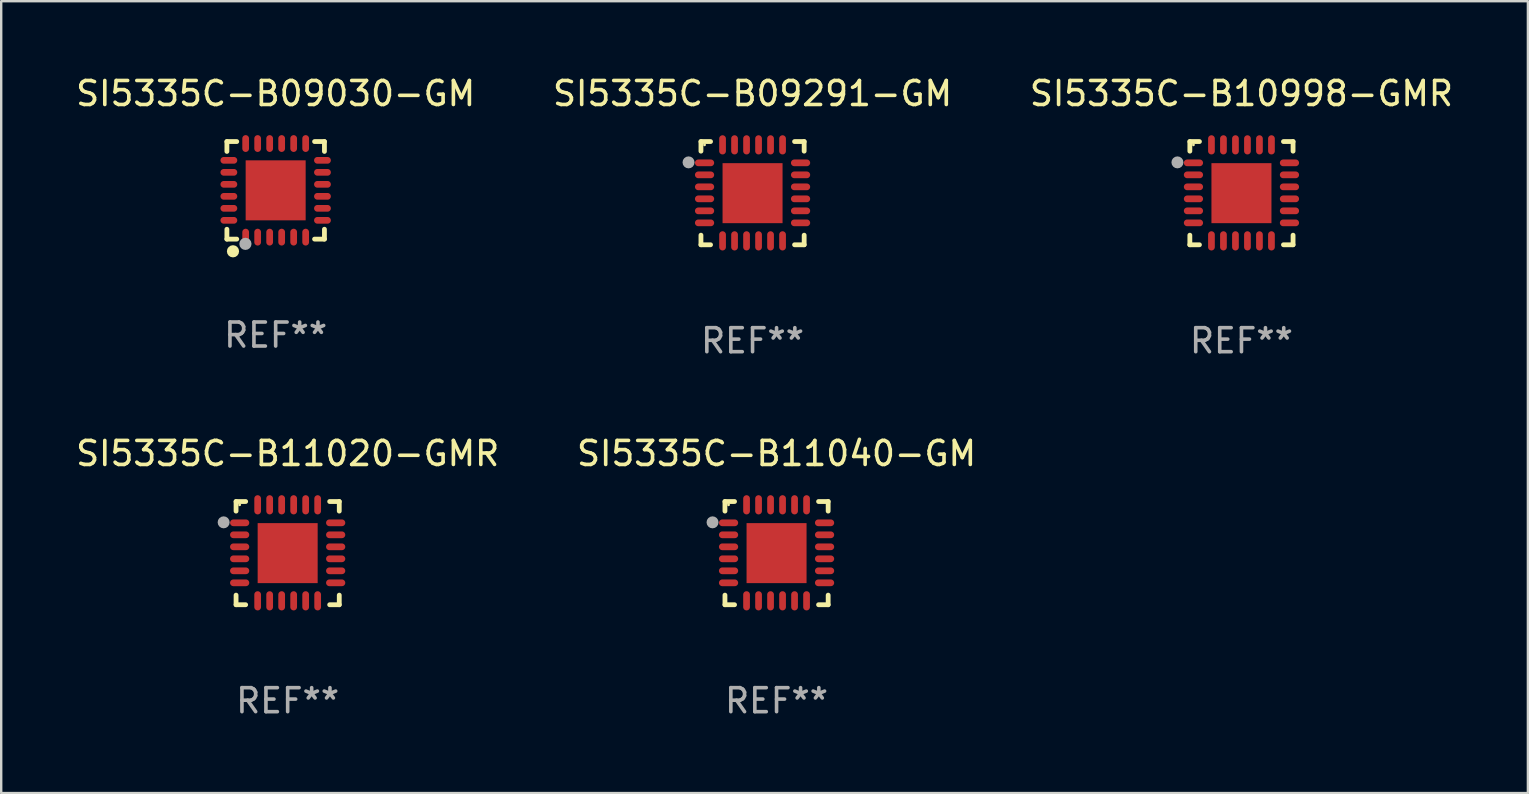
<source format=kicad_pcb>
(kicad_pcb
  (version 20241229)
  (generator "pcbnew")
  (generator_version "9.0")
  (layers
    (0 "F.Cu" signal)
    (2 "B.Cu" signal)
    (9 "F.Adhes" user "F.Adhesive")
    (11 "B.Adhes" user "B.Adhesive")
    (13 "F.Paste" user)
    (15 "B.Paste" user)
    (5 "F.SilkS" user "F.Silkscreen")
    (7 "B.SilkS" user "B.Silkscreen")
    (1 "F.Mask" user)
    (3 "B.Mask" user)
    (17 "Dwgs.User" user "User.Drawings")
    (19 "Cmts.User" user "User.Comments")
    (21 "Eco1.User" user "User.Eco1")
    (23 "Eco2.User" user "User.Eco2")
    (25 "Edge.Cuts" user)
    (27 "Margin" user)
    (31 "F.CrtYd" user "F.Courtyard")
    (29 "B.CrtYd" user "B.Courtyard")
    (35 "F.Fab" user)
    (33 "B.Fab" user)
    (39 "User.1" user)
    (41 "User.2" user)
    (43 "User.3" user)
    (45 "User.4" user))
  (footprint "SI5335C-B11020-GMR"
    (layer "F.Cu")
    (at 8.935 19.995)
    (property "Reference" "SI5335C-B11020-GMR" (at 0 -4.15 0) (layer "F.SilkS") (effects (font (size 1 1) (thickness 0.15))))
    (attr through_hole)
    (fp_line (start -2.15 -2.15) (end -1.75 -2.15) (stroke (width 0.2) (type solid)) (layer "F.SilkS"))
    (fp_line (start -2.15 -1.75) (end -2.15 -2.15) (stroke (width 0.2) (type solid)) (layer "F.SilkS"))
    (fp_line (start -2.15 2.15) (end -2.15 1.75) (stroke (width 0.2) (type solid)) (layer "F.SilkS"))
    (fp_line (start -1.75 2.15) (end -2.15 2.15) (stroke (width 0.2) (type solid)) (layer "F.SilkS"))
    (fp_line (start 1.75 -2.15) (end 2.15 -2.15) (stroke (width 0.2) (type solid)) (layer "F.SilkS"))
    (fp_line (start 1.75 2.15) (end 2.15 2.15) (stroke (width 0.2) (type solid)) (layer "F.SilkS"))
    (fp_line (start 2.15 -2.15) (end 2.15 -1.75) (stroke (width 0.2) (type solid)) (layer "F.SilkS"))
    (fp_line (start 2.15 2.15) (end 2.15 1.75) (stroke (width 0.2) (type solid)) (layer "F.SilkS"))
    (fp_circle (center -2 -2.013) (end -1.97 -2.013) (stroke (width 0.06) (type solid)) (fill no) (layer "F.SilkS"))
    (fp_circle (center -2.667 -1.283) (end -2.542 -1.283) (stroke (width 0.25) (type solid)) (fill no) (layer "F.Fab"))
    (fp_text user "REF**" (at 0 6.15 0) (layer "F.Fab") (effects (font (size 1 1) (thickness 0.15))))
    (pad "1" smd oval (at -2 -1.263) (size 0.8 0.28) (layers "F.Cu" "F.Mask" "F.Paste"))
    (pad "2" smd oval (at -2 -0.763) (size 0.8 0.28) (layers "F.Cu" "F.Mask" "F.Paste"))
    (pad "3" smd oval (at -2 -0.263) (size 0.8 0.28) (layers "F.Cu" "F.Mask" "F.Paste"))
    (pad "4" smd oval (at -2 0.237) (size 0.8 0.28) (layers "F.Cu" "F.Mask" "F.Paste"))
    (pad "5" smd oval (at -2 0.737) (size 0.8 0.28) (layers "F.Cu" "F.Mask" "F.Paste"))
    (pad "6" smd oval (at -2 1.237) (size 0.8 0.28) (layers "F.Cu" "F.Mask" "F.Paste"))
    (pad "7" smd oval (at -1.25 1.987) (size 0.28 0.8) (layers "F.Cu" "F.Mask" "F.Paste"))
    (pad "8" smd oval (at -0.75 1.987) (size 0.28 0.8) (layers "F.Cu" "F.Mask" "F.Paste"))
    (pad "9" smd oval (at -0.25 1.987) (size 0.28 0.8) (layers "F.Cu" "F.Mask" "F.Paste"))
    (pad "10" smd oval (at 0.25 1.987) (size 0.28 0.8) (layers "F.Cu" "F.Mask" "F.Paste"))
    (pad "11" smd oval (at 0.75 1.987) (size 0.28 0.8) (layers "F.Cu" "F.Mask" "F.Paste"))
    (pad "12" smd oval (at 1.25 1.987) (size 0.28 0.8) (layers "F.Cu" "F.Mask" "F.Paste"))
    (pad "13" smd oval (at 2 1.237) (size 0.8 0.28) (layers "F.Cu" "F.Mask" "F.Paste"))
    (pad "14" smd oval (at 2 0.737) (size 0.8 0.28) (layers "F.Cu" "F.Mask" "F.Paste"))
    (pad "15" smd oval (at 2 0.237) (size 0.8 0.28) (layers "F.Cu" "F.Mask" "F.Paste"))
    (pad "16" smd oval (at 2 -0.263) (size 0.8 0.28) (layers "F.Cu" "F.Mask" "F.Paste"))
    (pad "17" smd oval (at 2 -0.763) (size 0.8 0.28) (layers "F.Cu" "F.Mask" "F.Paste"))
    (pad "18" smd oval (at 2 -1.263) (size 0.8 0.28) (layers "F.Cu" "F.Mask" "F.Paste"))
    (pad "19" smd oval (at 1.25 -2.013) (size 0.28 0.8) (layers "F.Cu" "F.Mask" "F.Paste"))
    (pad "20" smd oval (at 0.75 -2.013) (size 0.28 0.8) (layers "F.Cu" "F.Mask" "F.Paste"))
    (pad "21" smd oval (at 0.25 -2.013) (size 0.28 0.8) (layers "F.Cu" "F.Mask" "F.Paste"))
    (pad "22" smd oval (at -0.25 -2.013) (size 0.28 0.8) (layers "F.Cu" "F.Mask" "F.Paste"))
    (pad "23" smd oval (at -0.75 -2.013) (size 0.28 0.8) (layers "F.Cu" "F.Mask" "F.Paste"))
    (pad "24" smd oval (at -1.25 -2.013) (size 0.28 0.8) (layers "F.Cu" "F.Mask" "F.Paste"))
    (pad "25" smd rect (at -0.000127 -0.00014) (size 2.5 2.5) (layers "F.Cu" "F.Mask" "F.Paste")))
  (footprint "SI5335C-B09291-GM"
    (layer "F.Cu")
    (at 28.304 4.998)
    (property "Reference" "SI5335C-B09291-GM" (at 0 -4.15 0) (layer "F.SilkS") (effects (font (size 1 1) (thickness 0.15))))
    (attr through_hole)
    (fp_line (start -2.15 -2.15) (end -1.75 -2.15) (stroke (width 0.2) (type solid)) (layer "F.SilkS"))
    (fp_line (start -2.15 -1.75) (end -2.15 -2.15) (stroke (width 0.2) (type solid)) (layer "F.SilkS"))
    (fp_line (start -2.15 2.15) (end -2.15 1.75) (stroke (width 0.2) (type solid)) (layer "F.SilkS"))
    (fp_line (start -1.75 2.15) (end -2.15 2.15) (stroke (width 0.2) (type solid)) (layer "F.SilkS"))
    (fp_line (start 1.75 -2.15) (end 2.15 -2.15) (stroke (width 0.2) (type solid)) (layer "F.SilkS"))
    (fp_line (start 1.75 2.15) (end 2.15 2.15) (stroke (width 0.2) (type solid)) (layer "F.SilkS"))
    (fp_line (start 2.15 -2.15) (end 2.15 -1.75) (stroke (width 0.2) (type solid)) (layer "F.SilkS"))
    (fp_line (start 2.15 2.15) (end 2.15 1.75) (stroke (width 0.2) (type solid)) (layer "F.SilkS"))
    (fp_circle (center -2 -2.013) (end -1.97 -2.013) (stroke (width 0.06) (type solid)) (fill no) (layer "F.SilkS"))
    (fp_circle (center -2.667 -1.283) (end -2.542 -1.283) (stroke (width 0.25) (type solid)) (fill no) (layer "F.Fab"))
    (fp_text user "REF**" (at 0 6.15 0) (layer "F.Fab") (effects (font (size 1 1) (thickness 0.15))))
    (pad "1" smd oval (at -2 -1.263) (size 0.8 0.28) (layers "F.Cu" "F.Mask" "F.Paste"))
    (pad "2" smd oval (at -2 -0.763) (size 0.8 0.28) (layers "F.Cu" "F.Mask" "F.Paste"))
    (pad "3" smd oval (at -2 -0.263) (size 0.8 0.28) (layers "F.Cu" "F.Mask" "F.Paste"))
    (pad "4" smd oval (at -2 0.237) (size 0.8 0.28) (layers "F.Cu" "F.Mask" "F.Paste"))
    (pad "5" smd oval (at -2 0.737) (size 0.8 0.28) (layers "F.Cu" "F.Mask" "F.Paste"))
    (pad "6" smd oval (at -2 1.237) (size 0.8 0.28) (layers "F.Cu" "F.Mask" "F.Paste"))
    (pad "7" smd oval (at -1.25 1.987) (size 0.28 0.8) (layers "F.Cu" "F.Mask" "F.Paste"))
    (pad "8" smd oval (at -0.75 1.987) (size 0.28 0.8) (layers "F.Cu" "F.Mask" "F.Paste"))
    (pad "9" smd oval (at -0.25 1.987) (size 0.28 0.8) (layers "F.Cu" "F.Mask" "F.Paste"))
    (pad "10" smd oval (at 0.25 1.987) (size 0.28 0.8) (layers "F.Cu" "F.Mask" "F.Paste"))
    (pad "11" smd oval (at 0.75 1.987) (size 0.28 0.8) (layers "F.Cu" "F.Mask" "F.Paste"))
    (pad "12" smd oval (at 1.25 1.987) (size 0.28 0.8) (layers "F.Cu" "F.Mask" "F.Paste"))
    (pad "13" smd oval (at 2 1.237) (size 0.8 0.28) (layers "F.Cu" "F.Mask" "F.Paste"))
    (pad "14" smd oval (at 2 0.737) (size 0.8 0.28) (layers "F.Cu" "F.Mask" "F.Paste"))
    (pad "15" smd oval (at 2 0.237) (size 0.8 0.28) (layers "F.Cu" "F.Mask" "F.Paste"))
    (pad "16" smd oval (at 2 -0.263) (size 0.8 0.28) (layers "F.Cu" "F.Mask" "F.Paste"))
    (pad "17" smd oval (at 2 -0.763) (size 0.8 0.28) (layers "F.Cu" "F.Mask" "F.Paste"))
    (pad "18" smd oval (at 2 -1.263) (size 0.8 0.28) (layers "F.Cu" "F.Mask" "F.Paste"))
    (pad "19" smd oval (at 1.25 -2.013) (size 0.28 0.8) (layers "F.Cu" "F.Mask" "F.Paste"))
    (pad "20" smd oval (at 0.75 -2.013) (size 0.28 0.8) (layers "F.Cu" "F.Mask" "F.Paste"))
    (pad "21" smd oval (at 0.25 -2.013) (size 0.28 0.8) (layers "F.Cu" "F.Mask" "F.Paste"))
    (pad "22" smd oval (at -0.25 -2.013) (size 0.28 0.8) (layers "F.Cu" "F.Mask" "F.Paste"))
    (pad "23" smd oval (at -0.75 -2.013) (size 0.28 0.8) (layers "F.Cu" "F.Mask" "F.Paste"))
    (pad "24" smd oval (at -1.25 -2.013) (size 0.28 0.8) (layers "F.Cu" "F.Mask" "F.Paste"))
    (pad "25" smd rect (at -0.000127 -0.00014) (size 2.5 2.5) (layers "F.Cu" "F.Mask" "F.Paste")))
  (footprint "SI5335C-B11040-GM"
    (layer "F.Cu")
    (at 29.304 19.995)
    (property "Reference" "SI5335C-B11040-GM" (at 0 -4.15 0) (layer "F.SilkS") (effects (font (size 1 1) (thickness 0.15))))
    (attr through_hole)
    (fp_line (start -2.15 -2.15) (end -1.75 -2.15) (stroke (width 0.2) (type solid)) (layer "F.SilkS"))
    (fp_line (start -2.15 -1.75) (end -2.15 -2.15) (stroke (width 0.2) (type solid)) (layer "F.SilkS"))
    (fp_line (start -2.15 2.15) (end -2.15 1.75) (stroke (width 0.2) (type solid)) (layer "F.SilkS"))
    (fp_line (start -1.75 2.15) (end -2.15 2.15) (stroke (width 0.2) (type solid)) (layer "F.SilkS"))
    (fp_line (start 1.75 -2.15) (end 2.15 -2.15) (stroke (width 0.2) (type solid)) (layer "F.SilkS"))
    (fp_line (start 1.75 2.15) (end 2.15 2.15) (stroke (width 0.2) (type solid)) (layer "F.SilkS"))
    (fp_line (start 2.15 -2.15) (end 2.15 -1.75) (stroke (width 0.2) (type solid)) (layer "F.SilkS"))
    (fp_line (start 2.15 2.15) (end 2.15 1.75) (stroke (width 0.2) (type solid)) (layer "F.SilkS"))
    (fp_circle (center -2 -2.013) (end -1.97 -2.013) (stroke (width 0.06) (type solid)) (fill no) (layer "F.SilkS"))
    (fp_circle (center -2.667 -1.283) (end -2.542 -1.283) (stroke (width 0.25) (type solid)) (fill no) (layer "F.Fab"))
    (fp_text user "REF**" (at 0 6.15 0) (layer "F.Fab") (effects (font (size 1 1) (thickness 0.15))))
    (pad "1" smd oval (at -2 -1.263) (size 0.8 0.28) (layers "F.Cu" "F.Mask" "F.Paste"))
    (pad "2" smd oval (at -2 -0.763) (size 0.8 0.28) (layers "F.Cu" "F.Mask" "F.Paste"))
    (pad "3" smd oval (at -2 -0.263) (size 0.8 0.28) (layers "F.Cu" "F.Mask" "F.Paste"))
    (pad "4" smd oval (at -2 0.237) (size 0.8 0.28) (layers "F.Cu" "F.Mask" "F.Paste"))
    (pad "5" smd oval (at -2 0.737) (size 0.8 0.28) (layers "F.Cu" "F.Mask" "F.Paste"))
    (pad "6" smd oval (at -2 1.237) (size 0.8 0.28) (layers "F.Cu" "F.Mask" "F.Paste"))
    (pad "7" smd oval (at -1.25 1.987) (size 0.28 0.8) (layers "F.Cu" "F.Mask" "F.Paste"))
    (pad "8" smd oval (at -0.75 1.987) (size 0.28 0.8) (layers "F.Cu" "F.Mask" "F.Paste"))
    (pad "9" smd oval (at -0.25 1.987) (size 0.28 0.8) (layers "F.Cu" "F.Mask" "F.Paste"))
    (pad "10" smd oval (at 0.25 1.987) (size 0.28 0.8) (layers "F.Cu" "F.Mask" "F.Paste"))
    (pad "11" smd oval (at 0.75 1.987) (size 0.28 0.8) (layers "F.Cu" "F.Mask" "F.Paste"))
    (pad "12" smd oval (at 1.25 1.987) (size 0.28 0.8) (layers "F.Cu" "F.Mask" "F.Paste"))
    (pad "13" smd oval (at 2 1.237) (size 0.8 0.28) (layers "F.Cu" "F.Mask" "F.Paste"))
    (pad "14" smd oval (at 2 0.737) (size 0.8 0.28) (layers "F.Cu" "F.Mask" "F.Paste"))
    (pad "15" smd oval (at 2 0.237) (size 0.8 0.28) (layers "F.Cu" "F.Mask" "F.Paste"))
    (pad "16" smd oval (at 2 -0.263) (size 0.8 0.28) (layers "F.Cu" "F.Mask" "F.Paste"))
    (pad "17" smd oval (at 2 -0.763) (size 0.8 0.28) (layers "F.Cu" "F.Mask" "F.Paste"))
    (pad "18" smd oval (at 2 -1.263) (size 0.8 0.28) (layers "F.Cu" "F.Mask" "F.Paste"))
    (pad "19" smd oval (at 1.25 -2.013) (size 0.28 0.8) (layers "F.Cu" "F.Mask" "F.Paste"))
    (pad "20" smd oval (at 0.75 -2.013) (size 0.28 0.8) (layers "F.Cu" "F.Mask" "F.Paste"))
    (pad "21" smd oval (at 0.25 -2.013) (size 0.28 0.8) (layers "F.Cu" "F.Mask" "F.Paste"))
    (pad "22" smd oval (at -0.25 -2.013) (size 0.28 0.8) (layers "F.Cu" "F.Mask" "F.Paste"))
    (pad "23" smd oval (at -0.75 -2.013) (size 0.28 0.8) (layers "F.Cu" "F.Mask" "F.Paste"))
    (pad "24" smd oval (at -1.25 -2.013) (size 0.28 0.8) (layers "F.Cu" "F.Mask" "F.Paste"))
    (pad "25" smd rect (at -0.000127 -0.00014) (size 2.5 2.5) (layers "F.Cu" "F.Mask" "F.Paste")))
  (footprint "SI5335C-B09030-GM"
    (layer "F.Cu")
    (at 8.435 4.88)
    (property "Reference" "SI5335C-B09030-GM" (at 0 -4.032 0) (layer "F.SilkS") (effects (font (size 1 1) (thickness 0.15))))
    (attr through_hole)
    (fp_line (start -2.032 -2.032) (end -1.621 -2.032) (stroke (width 0.2) (type solid)) (layer "F.SilkS"))
    (fp_line (start -2.032 -1.621) (end -2.032 -2.032) (stroke (width 0.2) (type solid)) (layer "F.SilkS"))
    (fp_line (start -2.032 2.032) (end -2.032 1.621) (stroke (width 0.2) (type solid)) (layer "F.SilkS"))
    (fp_line (start -1.621 2.032) (end -2.032 2.032) (stroke (width 0.2) (type solid)) (layer "F.SilkS"))
    (fp_line (start 1.621 -2.032) (end 2.032 -2.032) (stroke (width 0.2) (type solid)) (layer "F.SilkS"))
    (fp_line (start 2.032 -2.032) (end 2.032 -1.621) (stroke (width 0.2) (type solid)) (layer "F.SilkS"))
    (fp_line (start 2.032 1.621) (end 2.032 2.032) (stroke (width 0.2) (type solid)) (layer "F.SilkS"))
    (fp_line (start 2.032 2.032) (end 1.621 2.032) (stroke (width 0.2) (type solid)) (layer "F.SilkS"))
    (fp_circle (center -2 2) (end -1.97 2) (stroke (width 0.06) (type solid)) (fill no) (layer "F.SilkS"))
    (fp_circle (center -1.778 2.54) (end -1.651 2.54) (stroke (width 0.254) (type solid)) (fill no) (layer "F.SilkS"))
    (fp_circle (center -1.26 2.23) (end -1.133 2.23) (stroke (width 0.254) (type solid)) (fill no) (layer "F.Fab"))
    (fp_text user "REF**" (at 0 6.032 0) (layer "F.Fab") (effects (font (size 1 1) (thickness 0.15))))
    (pad "1" smd oval (at -1.25 1.95 180) (size 0.28 0.7) (layers "F.Cu" "F.Mask" "F.Paste"))
    (pad "2" smd oval (at -0.75 1.95 180) (size 0.28 0.7) (layers "F.Cu" "F.Mask" "F.Paste"))
    (pad "3" smd oval (at -0.25 1.95 180) (size 0.28 0.7) (layers "F.Cu" "F.Mask" "F.Paste"))
    (pad "4" smd oval (at 0.25 1.95 180) (size 0.28 0.7) (layers "F.Cu" "F.Mask" "F.Paste"))
    (pad "5" smd oval (at 0.75 1.95 180) (size 0.28 0.7) (layers "F.Cu" "F.Mask" "F.Paste"))
    (pad "6" smd oval (at 1.25 1.95 180) (size 0.28 0.7) (layers "F.Cu" "F.Mask" "F.Paste"))
    (pad "7" smd oval (at 1.95 1.25 270) (size 0.28 0.7) (layers "F.Cu" "F.Mask" "F.Paste"))
    (pad "8" smd oval (at 1.95 0.75 270) (size 0.28 0.7) (layers "F.Cu" "F.Mask" "F.Paste"))
    (pad "9" smd oval (at 1.95 0.25 270) (size 0.28 0.7) (layers "F.Cu" "F.Mask" "F.Paste"))
    (pad "10" smd oval (at 1.95 -0.25 270) (size 0.28 0.7) (layers "F.Cu" "F.Mask" "F.Paste"))
    (pad "11" smd oval (at 1.95 -0.75 270) (size 0.28 0.7) (layers "F.Cu" "F.Mask" "F.Paste"))
    (pad "12" smd oval (at 1.95 -1.25 270) (size 0.28 0.7) (layers "F.Cu" "F.Mask" "F.Paste"))
    (pad "13" smd oval (at 1.25 -1.95) (size 0.28 0.7) (layers "F.Cu" "F.Mask" "F.Paste"))
    (pad "14" smd oval (at 0.75 -1.95) (size 0.28 0.7) (layers "F.Cu" "F.Mask" "F.Paste"))
    (pad "15" smd oval (at 0.25 -1.95) (size 0.28 0.7) (layers "F.Cu" "F.Mask" "F.Paste"))
    (pad "16" smd oval (at -0.25 -1.95) (size 0.28 0.7) (layers "F.Cu" "F.Mask" "F.Paste"))
    (pad "17" smd oval (at -0.75 -1.95) (size 0.28 0.7) (layers "F.Cu" "F.Mask" "F.Paste"))
    (pad "18" smd oval (at -1.25 -1.95) (size 0.28 0.7) (layers "F.Cu" "F.Mask" "F.Paste"))
    (pad "19" smd oval (at -1.95 -1.25 90) (size 0.28 0.7) (layers "F.Cu" "F.Mask" "F.Paste"))
    (pad "20" smd oval (at -1.95 -0.75 90) (size 0.28 0.7) (layers "F.Cu" "F.Mask" "F.Paste"))
    (pad "21" smd oval (at -1.95 -0.25 90) (size 0.28 0.7) (layers "F.Cu" "F.Mask" "F.Paste"))
    (pad "22" smd oval (at -1.95 0.25 90) (size 0.28 0.7) (layers "F.Cu" "F.Mask" "F.Paste"))
    (pad "23" smd oval (at -1.95 0.75 90) (size 0.28 0.7) (layers "F.Cu" "F.Mask" "F.Paste"))
    (pad "24" smd oval (at -1.95 1.25 90) (size 0.28 0.7) (layers "F.Cu" "F.Mask" "F.Paste"))
    (pad "25" smd rect (at -0.000178 0.000025 90) (size 2.5 2.5) (layers "F.Cu" "F.Mask" "F.Paste")))
  (footprint "SI5335C-B10998-GMR"
    (layer "F.Cu")
    (at 48.673 4.998)
    (property "Reference" "SI5335C-B10998-GMR" (at 0 -4.15 0) (layer "F.SilkS") (effects (font (size 1 1) (thickness 0.15))))
    (attr through_hole)
    (fp_line (start -2.15 -2.15) (end -1.75 -2.15) (stroke (width 0.2) (type solid)) (layer "F.SilkS"))
    (fp_line (start -2.15 -1.75) (end -2.15 -2.15) (stroke (width 0.2) (type solid)) (layer "F.SilkS"))
    (fp_line (start -2.15 2.15) (end -2.15 1.75) (stroke (width 0.2) (type solid)) (layer "F.SilkS"))
    (fp_line (start -1.75 2.15) (end -2.15 2.15) (stroke (width 0.2) (type solid)) (layer "F.SilkS"))
    (fp_line (start 1.75 -2.15) (end 2.15 -2.15) (stroke (width 0.2) (type solid)) (layer "F.SilkS"))
    (fp_line (start 1.75 2.15) (end 2.15 2.15) (stroke (width 0.2) (type solid)) (layer "F.SilkS"))
    (fp_line (start 2.15 -2.15) (end 2.15 -1.75) (stroke (width 0.2) (type solid)) (layer "F.SilkS"))
    (fp_line (start 2.15 2.15) (end 2.15 1.75) (stroke (width 0.2) (type solid)) (layer "F.SilkS"))
    (fp_circle (center -2 -2.013) (end -1.97 -2.013) (stroke (width 0.06) (type solid)) (fill no) (layer "F.SilkS"))
    (fp_circle (center -2.667 -1.283) (end -2.542 -1.283) (stroke (width 0.25) (type solid)) (fill no) (layer "F.Fab"))
    (fp_text user "REF**" (at 0 6.15 0) (layer "F.Fab") (effects (font (size 1 1) (thickness 0.15))))
    (pad "1" smd oval (at -2 -1.263) (size 0.8 0.28) (layers "F.Cu" "F.Mask" "F.Paste"))
    (pad "2" smd oval (at -2 -0.763) (size 0.8 0.28) (layers "F.Cu" "F.Mask" "F.Paste"))
    (pad "3" smd oval (at -2 -0.263) (size 0.8 0.28) (layers "F.Cu" "F.Mask" "F.Paste"))
    (pad "4" smd oval (at -2 0.237) (size 0.8 0.28) (layers "F.Cu" "F.Mask" "F.Paste"))
    (pad "5" smd oval (at -2 0.737) (size 0.8 0.28) (layers "F.Cu" "F.Mask" "F.Paste"))
    (pad "6" smd oval (at -2 1.237) (size 0.8 0.28) (layers "F.Cu" "F.Mask" "F.Paste"))
    (pad "7" smd oval (at -1.25 1.987) (size 0.28 0.8) (layers "F.Cu" "F.Mask" "F.Paste"))
    (pad "8" smd oval (at -0.75 1.987) (size 0.28 0.8) (layers "F.Cu" "F.Mask" "F.Paste"))
    (pad "9" smd oval (at -0.25 1.987) (size 0.28 0.8) (layers "F.Cu" "F.Mask" "F.Paste"))
    (pad "10" smd oval (at 0.25 1.987) (size 0.28 0.8) (layers "F.Cu" "F.Mask" "F.Paste"))
    (pad "11" smd oval (at 0.75 1.987) (size 0.28 0.8) (layers "F.Cu" "F.Mask" "F.Paste"))
    (pad "12" smd oval (at 1.25 1.987) (size 0.28 0.8) (layers "F.Cu" "F.Mask" "F.Paste"))
    (pad "13" smd oval (at 2 1.237) (size 0.8 0.28) (layers "F.Cu" "F.Mask" "F.Paste"))
    (pad "14" smd oval (at 2 0.737) (size 0.8 0.28) (layers "F.Cu" "F.Mask" "F.Paste"))
    (pad "15" smd oval (at 2 0.237) (size 0.8 0.28) (layers "F.Cu" "F.Mask" "F.Paste"))
    (pad "16" smd oval (at 2 -0.263) (size 0.8 0.28) (layers "F.Cu" "F.Mask" "F.Paste"))
    (pad "17" smd oval (at 2 -0.763) (size 0.8 0.28) (layers "F.Cu" "F.Mask" "F.Paste"))
    (pad "18" smd oval (at 2 -1.263) (size 0.8 0.28) (layers "F.Cu" "F.Mask" "F.Paste"))
    (pad "19" smd oval (at 1.25 -2.013) (size 0.28 0.8) (layers "F.Cu" "F.Mask" "F.Paste"))
    (pad "20" smd oval (at 0.75 -2.013) (size 0.28 0.8) (layers "F.Cu" "F.Mask" "F.Paste"))
    (pad "21" smd oval (at 0.25 -2.013) (size 0.28 0.8) (layers "F.Cu" "F.Mask" "F.Paste"))
    (pad "22" smd oval (at -0.25 -2.013) (size 0.28 0.8) (layers "F.Cu" "F.Mask" "F.Paste"))
    (pad "23" smd oval (at -0.75 -2.013) (size 0.28 0.8) (layers "F.Cu" "F.Mask" "F.Paste"))
    (pad "24" smd oval (at -1.25 -2.013) (size 0.28 0.8) (layers "F.Cu" "F.Mask" "F.Paste"))
    (pad "25" smd rect (at -0.000127 -0.00014) (size 2.5 2.5) (layers "F.Cu" "F.Mask" "F.Paste")))
  (gr_rect
    (start -3 -3)
    (end 60.607 29.993)
    (stroke (width 0.1) (type default))
    (fill no)
    (layer "Edge.Cuts")))
</source>
